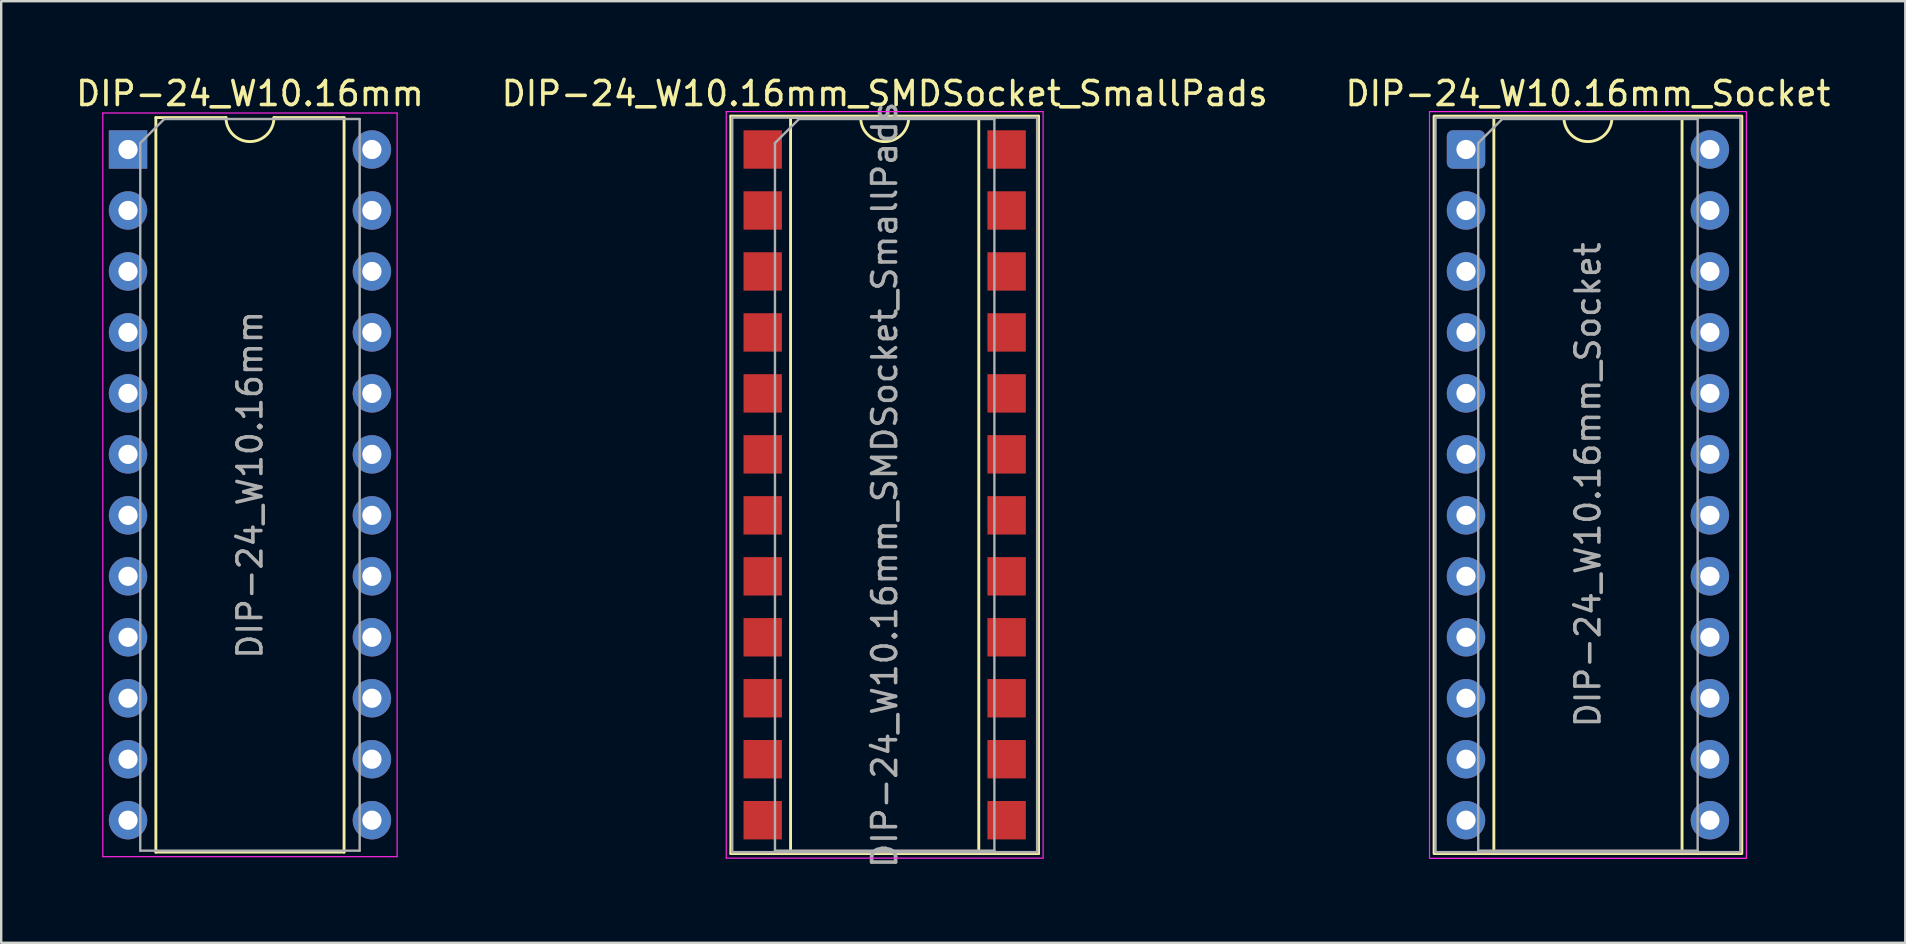
<source format=kicad_pcb>
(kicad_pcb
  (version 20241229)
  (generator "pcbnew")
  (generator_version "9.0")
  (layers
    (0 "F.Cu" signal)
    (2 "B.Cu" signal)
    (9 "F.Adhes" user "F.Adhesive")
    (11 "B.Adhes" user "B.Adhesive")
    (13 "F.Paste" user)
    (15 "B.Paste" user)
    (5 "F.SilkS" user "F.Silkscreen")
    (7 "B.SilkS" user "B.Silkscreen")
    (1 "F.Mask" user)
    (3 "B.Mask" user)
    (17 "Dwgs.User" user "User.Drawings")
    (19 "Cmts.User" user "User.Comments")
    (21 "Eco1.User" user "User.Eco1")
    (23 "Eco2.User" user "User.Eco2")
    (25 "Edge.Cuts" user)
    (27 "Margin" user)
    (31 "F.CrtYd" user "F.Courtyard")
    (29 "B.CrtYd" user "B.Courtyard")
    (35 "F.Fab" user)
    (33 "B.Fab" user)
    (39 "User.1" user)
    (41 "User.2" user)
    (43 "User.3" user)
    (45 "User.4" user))
  (footprint "DIP-24_W10.16mm_Socket"
    (layer "F.Cu")
    (at 58.021 3.178)
    (property "Reference" "DIP-24_W10.16mm_Socket" (at 5.08 -2.33 0) (layer "F.SilkS") (effects (font (size 1 1) (thickness 0.15))))
    (attr through_hole)
    (fp_line (start 1.16 -1.33) (end 1.16 29.27) (stroke (width 0.12) (type solid)) (layer "F.SilkS"))
    (fp_line (start 1.16 29.27) (end 9 29.27) (stroke (width 0.12) (type solid)) (layer "F.SilkS"))
    (fp_line (start 4.08 -1.33) (end 1.16 -1.33) (stroke (width 0.12) (type solid)) (layer "F.SilkS"))
    (fp_line (start 9 -1.33) (end 6.08 -1.33) (stroke (width 0.12) (type solid)) (layer "F.SilkS"))
    (fp_line (start 9 29.27) (end 9 -1.33) (stroke (width 0.12) (type solid)) (layer "F.SilkS"))
    (fp_rect (start -1.33 -1.39) (end 11.49 29.33) (stroke (width 0.12) (type solid)) (fill no) (layer "F.SilkS"))
    (fp_arc (start 6.08 -1.33) (mid 5.08 -0.33) (end 4.08 -1.33) (stroke (width 0.12) (type solid)) (layer "F.SilkS"))
    (fp_rect (start -1.52 -1.58) (end 11.68 29.53) (stroke (width 0.05) (type solid)) (fill no) (layer "F.CrtYd"))
    (fp_line (start 0.51 -0.27) (end 1.51 -1.27) (stroke (width 0.1) (type solid)) (layer "F.Fab"))
    (fp_line (start 0.51 29.21) (end 0.51 -0.27) (stroke (width 0.1) (type solid)) (layer "F.Fab"))
    (fp_line (start 1.51 -1.27) (end 9.65 -1.27) (stroke (width 0.1) (type solid)) (layer "F.Fab"))
    (fp_line (start 9.65 -1.27) (end 9.65 29.21) (stroke (width 0.1) (type solid)) (layer "F.Fab"))
    (fp_line (start 9.65 29.21) (end 0.51 29.21) (stroke (width 0.1) (type solid)) (layer "F.Fab"))
    (fp_rect (start -1.27 -1.33) (end 11.43 29.27) (stroke (width 0.1) (type solid)) (fill no) (layer "F.Fab"))
    (fp_text user "${REFERENCE}" (at 5.08 13.97 90) (layer "F.Fab") (effects (font (size 1 1) (thickness 0.15))))
    (pad "1" thru_hole roundrect (at 0 0) (size 1.6 1.6) (drill 0.8) (layers "*.Cu" "*.Mask") (roundrect_rratio 0.156))
    (pad "2" thru_hole circle (at 0 2.54) (size 1.6 1.6) (drill 0.8) (layers "*.Cu" "*.Mask"))
    (pad "3" thru_hole circle (at 0 5.08) (size 1.6 1.6) (drill 0.8) (layers "*.Cu" "*.Mask"))
    (pad "4" thru_hole circle (at 0 7.62) (size 1.6 1.6) (drill 0.8) (layers "*.Cu" "*.Mask"))
    (pad "5" thru_hole circle (at 0 10.16) (size 1.6 1.6) (drill 0.8) (layers "*.Cu" "*.Mask"))
    (pad "6" thru_hole circle (at 0 12.7) (size 1.6 1.6) (drill 0.8) (layers "*.Cu" "*.Mask"))
    (pad "7" thru_hole circle (at 0 15.24) (size 1.6 1.6) (drill 0.8) (layers "*.Cu" "*.Mask"))
    (pad "8" thru_hole circle (at 0 17.78) (size 1.6 1.6) (drill 0.8) (layers "*.Cu" "*.Mask"))
    (pad "9" thru_hole circle (at 0 20.32) (size 1.6 1.6) (drill 0.8) (layers "*.Cu" "*.Mask"))
    (pad "10" thru_hole circle (at 0 22.86) (size 1.6 1.6) (drill 0.8) (layers "*.Cu" "*.Mask"))
    (pad "11" thru_hole circle (at 0 25.4) (size 1.6 1.6) (drill 0.8) (layers "*.Cu" "*.Mask"))
    (pad "12" thru_hole circle (at 0 27.94) (size 1.6 1.6) (drill 0.8) (layers "*.Cu" "*.Mask"))
    (pad "13" thru_hole circle (at 10.16 27.94) (size 1.6 1.6) (drill 0.8) (layers "*.Cu" "*.Mask"))
    (pad "14" thru_hole circle (at 10.16 25.4) (size 1.6 1.6) (drill 0.8) (layers "*.Cu" "*.Mask"))
    (pad "15" thru_hole circle (at 10.16 22.86) (size 1.6 1.6) (drill 0.8) (layers "*.Cu" "*.Mask"))
    (pad "16" thru_hole circle (at 10.16 20.32) (size 1.6 1.6) (drill 0.8) (layers "*.Cu" "*.Mask"))
    (pad "17" thru_hole circle (at 10.16 17.78) (size 1.6 1.6) (drill 0.8) (layers "*.Cu" "*.Mask"))
    (pad "18" thru_hole circle (at 10.16 15.24) (size 1.6 1.6) (drill 0.8) (layers "*.Cu" "*.Mask"))
    (pad "19" thru_hole circle (at 10.16 12.7) (size 1.6 1.6) (drill 0.8) (layers "*.Cu" "*.Mask"))
    (pad "20" thru_hole circle (at 10.16 10.16) (size 1.6 1.6) (drill 0.8) (layers "*.Cu" "*.Mask"))
    (pad "21" thru_hole circle (at 10.16 7.62) (size 1.6 1.6) (drill 0.8) (layers "*.Cu" "*.Mask"))
    (pad "22" thru_hole circle (at 10.16 5.08) (size 1.6 1.6) (drill 0.8) (layers "*.Cu" "*.Mask"))
    (pad "23" thru_hole circle (at 10.16 2.54) (size 1.6 1.6) (drill 0.8) (layers "*.Cu" "*.Mask"))
    (pad "24" thru_hole circle (at 10.16 0) (size 1.6 1.6) (drill 0.8) (layers "*.Cu" "*.Mask")))
  (footprint "DIP-24_W10.16mm"
    (layer "F.Cu")
    (at 2.283 3.178)
    (property "Reference" "DIP-24_W10.16mm" (at 5.08 -2.33 0) (layer "F.SilkS") (effects (font (size 1 1) (thickness 0.15))))
    (attr through_hole)
    (fp_line (start 1.16 -1.33) (end 1.16 29.27) (stroke (width 0.12) (type solid)) (layer "F.SilkS"))
    (fp_line (start 1.16 29.27) (end 9 29.27) (stroke (width 0.12) (type solid)) (layer "F.SilkS"))
    (fp_line (start 4.08 -1.33) (end 1.16 -1.33) (stroke (width 0.12) (type solid)) (layer "F.SilkS"))
    (fp_line (start 9 -1.33) (end 6.08 -1.33) (stroke (width 0.12) (type solid)) (layer "F.SilkS"))
    (fp_line (start 9 29.27) (end 9 -1.33) (stroke (width 0.12) (type solid)) (layer "F.SilkS"))
    (fp_arc (start 6.08 -1.33) (mid 5.08 -0.33) (end 4.08 -1.33) (stroke (width 0.12) (type solid)) (layer "F.SilkS"))
    (fp_line (start -1.05 -1.52) (end -1.05 29.46) (stroke (width 0.05) (type solid)) (layer "F.CrtYd"))
    (fp_line (start -1.05 29.46) (end 11.21 29.46) (stroke (width 0.05) (type solid)) (layer "F.CrtYd"))
    (fp_line (start 11.21 -1.52) (end -1.05 -1.52) (stroke (width 0.05) (type solid)) (layer "F.CrtYd"))
    (fp_line (start 11.21 29.46) (end 11.21 -1.52) (stroke (width 0.05) (type solid)) (layer "F.CrtYd"))
    (fp_line (start 0.51 -0.27) (end 1.51 -1.27) (stroke (width 0.1) (type solid)) (layer "F.Fab"))
    (fp_line (start 0.51 29.21) (end 0.51 -0.27) (stroke (width 0.1) (type solid)) (layer "F.Fab"))
    (fp_line (start 1.51 -1.27) (end 9.65 -1.27) (stroke (width 0.1) (type solid)) (layer "F.Fab"))
    (fp_line (start 9.65 -1.27) (end 9.65 29.21) (stroke (width 0.1) (type solid)) (layer "F.Fab"))
    (fp_line (start 9.65 29.21) (end 0.51 29.21) (stroke (width 0.1) (type solid)) (layer "F.Fab"))
    (fp_text user "${REFERENCE}" (at 5.08 13.97 90) (layer "F.Fab") (effects (font (size 1 1) (thickness 0.15))))
    (pad "1" thru_hole rect (at 0 0) (size 1.6 1.6) (drill 0.8) (layers "*.Cu" "*.Mask"))
    (pad "2" thru_hole circle (at 0 2.54) (size 1.6 1.6) (drill 0.8) (layers "*.Cu" "*.Mask"))
    (pad "3" thru_hole circle (at 0 5.08) (size 1.6 1.6) (drill 0.8) (layers "*.Cu" "*.Mask"))
    (pad "4" thru_hole circle (at 0 7.62) (size 1.6 1.6) (drill 0.8) (layers "*.Cu" "*.Mask"))
    (pad "5" thru_hole circle (at 0 10.16) (size 1.6 1.6) (drill 0.8) (layers "*.Cu" "*.Mask"))
    (pad "6" thru_hole circle (at 0 12.7) (size 1.6 1.6) (drill 0.8) (layers "*.Cu" "*.Mask"))
    (pad "7" thru_hole circle (at 0 15.24) (size 1.6 1.6) (drill 0.8) (layers "*.Cu" "*.Mask"))
    (pad "8" thru_hole circle (at 0 17.78) (size 1.6 1.6) (drill 0.8) (layers "*.Cu" "*.Mask"))
    (pad "9" thru_hole circle (at 0 20.32) (size 1.6 1.6) (drill 0.8) (layers "*.Cu" "*.Mask"))
    (pad "10" thru_hole circle (at 0 22.86) (size 1.6 1.6) (drill 0.8) (layers "*.Cu" "*.Mask"))
    (pad "11" thru_hole circle (at 0 25.4) (size 1.6 1.6) (drill 0.8) (layers "*.Cu" "*.Mask"))
    (pad "12" thru_hole circle (at 0 27.94) (size 1.6 1.6) (drill 0.8) (layers "*.Cu" "*.Mask"))
    (pad "13" thru_hole circle (at 10.16 27.94) (size 1.6 1.6) (drill 0.8) (layers "*.Cu" "*.Mask"))
    (pad "14" thru_hole circle (at 10.16 25.4) (size 1.6 1.6) (drill 0.8) (layers "*.Cu" "*.Mask"))
    (pad "15" thru_hole circle (at 10.16 22.86) (size 1.6 1.6) (drill 0.8) (layers "*.Cu" "*.Mask"))
    (pad "16" thru_hole circle (at 10.16 20.32) (size 1.6 1.6) (drill 0.8) (layers "*.Cu" "*.Mask"))
    (pad "17" thru_hole circle (at 10.16 17.78) (size 1.6 1.6) (drill 0.8) (layers "*.Cu" "*.Mask"))
    (pad "18" thru_hole circle (at 10.16 15.24) (size 1.6 1.6) (drill 0.8) (layers "*.Cu" "*.Mask"))
    (pad "19" thru_hole circle (at 10.16 12.7) (size 1.6 1.6) (drill 0.8) (layers "*.Cu" "*.Mask"))
    (pad "20" thru_hole circle (at 10.16 10.16) (size 1.6 1.6) (drill 0.8) (layers "*.Cu" "*.Mask"))
    (pad "21" thru_hole circle (at 10.16 7.62) (size 1.6 1.6) (drill 0.8) (layers "*.Cu" "*.Mask"))
    (pad "22" thru_hole circle (at 10.16 5.08) (size 1.6 1.6) (drill 0.8) (layers "*.Cu" "*.Mask"))
    (pad "23" thru_hole circle (at 10.16 2.54) (size 1.6 1.6) (drill 0.8) (layers "*.Cu" "*.Mask"))
    (pad "24" thru_hole circle (at 10.16 0) (size 1.6 1.6) (drill 0.8) (layers "*.Cu" "*.Mask")))
  (footprint "DIP-24_W10.16mm_SMDSocket_SmallPads"
    (layer "F.Cu")
    (at 33.804 17.148)
    (property "Reference" "DIP-24_W10.16mm_SMDSocket_SmallPads" (at 0 -16.3 0) (layer "F.SilkS") (effects (font (size 1 1) (thickness 0.15))))
    (attr smd)
    (fp_line (start -6.41 -15.36) (end -6.41 15.36) (stroke (width 0.12) (type solid)) (layer "F.SilkS"))
    (fp_line (start -6.41 15.36) (end 6.41 15.36) (stroke (width 0.12) (type solid)) (layer "F.SilkS"))
    (fp_line (start -3.92 -15.3) (end -3.92 15.3) (stroke (width 0.12) (type solid)) (layer "F.SilkS"))
    (fp_line (start -3.92 15.3) (end 3.92 15.3) (stroke (width 0.12) (type solid)) (layer "F.SilkS"))
    (fp_line (start -1 -15.3) (end -3.92 -15.3) (stroke (width 0.12) (type solid)) (layer "F.SilkS"))
    (fp_line (start 3.92 -15.3) (end 1 -15.3) (stroke (width 0.12) (type solid)) (layer "F.SilkS"))
    (fp_line (start 3.92 15.3) (end 3.92 -15.3) (stroke (width 0.12) (type solid)) (layer "F.SilkS"))
    (fp_line (start 6.41 -15.36) (end -6.41 -15.36) (stroke (width 0.12) (type solid)) (layer "F.SilkS"))
    (fp_line (start 6.41 15.36) (end 6.41 -15.36) (stroke (width 0.12) (type solid)) (layer "F.SilkS"))
    (fp_arc (start 1 -15.3) (mid 0 -14.3) (end -1 -15.3) (stroke (width 0.12) (type solid)) (layer "F.SilkS"))
    (fp_line (start -6.6 -15.55) (end -6.6 15.55) (stroke (width 0.05) (type solid)) (layer "F.CrtYd"))
    (fp_line (start -6.6 15.55) (end 6.6 15.55) (stroke (width 0.05) (type solid)) (layer "F.CrtYd"))
    (fp_line (start 6.6 -15.55) (end -6.6 -15.55) (stroke (width 0.05) (type solid)) (layer "F.CrtYd"))
    (fp_line (start 6.6 15.55) (end 6.6 -15.55) (stroke (width 0.05) (type solid)) (layer "F.CrtYd"))
    (fp_line (start -6.35 -15.3) (end -6.35 15.3) (stroke (width 0.1) (type solid)) (layer "F.Fab"))
    (fp_line (start -6.35 15.3) (end 6.35 15.3) (stroke (width 0.1) (type solid)) (layer "F.Fab"))
    (fp_line (start -4.57 -14.24) (end -3.57 -15.24) (stroke (width 0.1) (type solid)) (layer "F.Fab"))
    (fp_line (start -4.57 15.24) (end -4.57 -14.24) (stroke (width 0.1) (type solid)) (layer "F.Fab"))
    (fp_line (start -3.57 -15.24) (end 4.57 -15.24) (stroke (width 0.1) (type solid)) (layer "F.Fab"))
    (fp_line (start 4.57 -15.24) (end 4.57 15.24) (stroke (width 0.1) (type solid)) (layer "F.Fab"))
    (fp_line (start 4.57 15.24) (end -4.57 15.24) (stroke (width 0.1) (type solid)) (layer "F.Fab"))
    (fp_line (start 6.35 -15.3) (end -6.35 -15.3) (stroke (width 0.1) (type solid)) (layer "F.Fab"))
    (fp_line (start 6.35 15.3) (end 6.35 -15.3) (stroke (width 0.1) (type solid)) (layer "F.Fab"))
    (fp_text user "${REFERENCE}" (at 0 0 90) (layer "F.Fab") (effects (font (size 1 1) (thickness 0.15))))
    (pad "1" smd rect (at -5.08 -13.97) (size 1.6 1.6) (layers "F.Cu" "F.Mask" "F.Paste"))
    (pad "2" smd rect (at -5.08 -11.43) (size 1.6 1.6) (layers "F.Cu" "F.Mask" "F.Paste"))
    (pad "3" smd rect (at -5.08 -8.89) (size 1.6 1.6) (layers "F.Cu" "F.Mask" "F.Paste"))
    (pad "4" smd rect (at -5.08 -6.35) (size 1.6 1.6) (layers "F.Cu" "F.Mask" "F.Paste"))
    (pad "5" smd rect (at -5.08 -3.81) (size 1.6 1.6) (layers "F.Cu" "F.Mask" "F.Paste"))
    (pad "6" smd rect (at -5.08 -1.27) (size 1.6 1.6) (layers "F.Cu" "F.Mask" "F.Paste"))
    (pad "7" smd rect (at -5.08 1.27) (size 1.6 1.6) (layers "F.Cu" "F.Mask" "F.Paste"))
    (pad "8" smd rect (at -5.08 3.81) (size 1.6 1.6) (layers "F.Cu" "F.Mask" "F.Paste"))
    (pad "9" smd rect (at -5.08 6.35) (size 1.6 1.6) (layers "F.Cu" "F.Mask" "F.Paste"))
    (pad "10" smd rect (at -5.08 8.89) (size 1.6 1.6) (layers "F.Cu" "F.Mask" "F.Paste"))
    (pad "11" smd rect (at -5.08 11.43) (size 1.6 1.6) (layers "F.Cu" "F.Mask" "F.Paste"))
    (pad "12" smd rect (at -5.08 13.97) (size 1.6 1.6) (layers "F.Cu" "F.Mask" "F.Paste"))
    (pad "13" smd rect (at 5.08 13.97) (size 1.6 1.6) (layers "F.Cu" "F.Mask" "F.Paste"))
    (pad "14" smd rect (at 5.08 11.43) (size 1.6 1.6) (layers "F.Cu" "F.Mask" "F.Paste"))
    (pad "15" smd rect (at 5.08 8.89) (size 1.6 1.6) (layers "F.Cu" "F.Mask" "F.Paste"))
    (pad "16" smd rect (at 5.08 6.35) (size 1.6 1.6) (layers "F.Cu" "F.Mask" "F.Paste"))
    (pad "17" smd rect (at 5.08 3.81) (size 1.6 1.6) (layers "F.Cu" "F.Mask" "F.Paste"))
    (pad "18" smd rect (at 5.08 1.27) (size 1.6 1.6) (layers "F.Cu" "F.Mask" "F.Paste"))
    (pad "19" smd rect (at 5.08 -1.27) (size 1.6 1.6) (layers "F.Cu" "F.Mask" "F.Paste"))
    (pad "20" smd rect (at 5.08 -3.81) (size 1.6 1.6) (layers "F.Cu" "F.Mask" "F.Paste"))
    (pad "21" smd rect (at 5.08 -6.35) (size 1.6 1.6) (layers "F.Cu" "F.Mask" "F.Paste"))
    (pad "22" smd rect (at 5.08 -8.89) (size 1.6 1.6) (layers "F.Cu" "F.Mask" "F.Paste"))
    (pad "23" smd rect (at 5.08 -11.43) (size 1.6 1.6) (layers "F.Cu" "F.Mask" "F.Paste"))
    (pad "24" smd rect (at 5.08 -13.97) (size 1.6 1.6) (layers "F.Cu" "F.Mask" "F.Paste")))
  (gr_rect
    (start -3 -3)
    (end 76.321 36.226)
    (stroke (width 0.1) (type default))
    (fill no)
    (layer "Edge.Cuts")))
</source>
